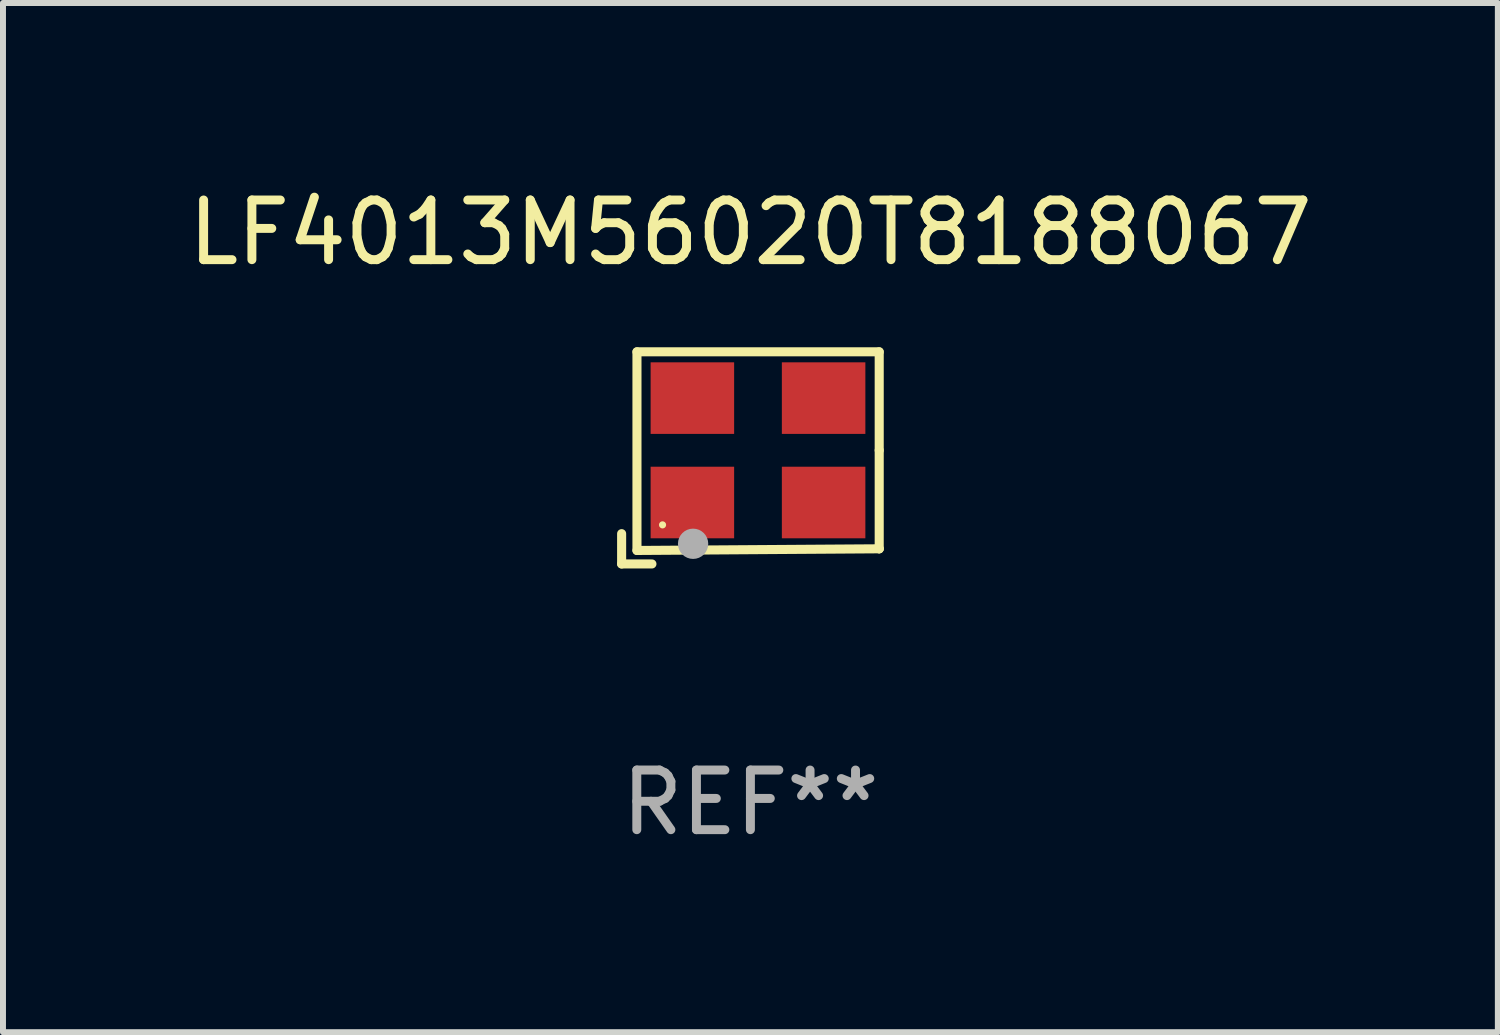
<source format=kicad_pcb>
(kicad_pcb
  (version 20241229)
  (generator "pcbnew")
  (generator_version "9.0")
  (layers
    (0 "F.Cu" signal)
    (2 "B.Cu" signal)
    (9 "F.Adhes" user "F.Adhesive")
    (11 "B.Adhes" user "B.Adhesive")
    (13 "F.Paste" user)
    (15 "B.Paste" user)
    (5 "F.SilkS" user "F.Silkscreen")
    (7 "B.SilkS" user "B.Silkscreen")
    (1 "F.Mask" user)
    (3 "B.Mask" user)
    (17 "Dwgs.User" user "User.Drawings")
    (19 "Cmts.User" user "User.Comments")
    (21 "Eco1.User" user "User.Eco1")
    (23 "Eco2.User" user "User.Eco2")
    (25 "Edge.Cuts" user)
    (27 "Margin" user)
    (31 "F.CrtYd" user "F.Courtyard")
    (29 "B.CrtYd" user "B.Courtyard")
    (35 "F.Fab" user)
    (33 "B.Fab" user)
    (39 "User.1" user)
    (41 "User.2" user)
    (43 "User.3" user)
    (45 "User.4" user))
  (footprint "LF4013M56020T8188067"
    (layer "F.Cu")
    (at 9.53 4.626)
    (property "Reference" "LF4013M56020T8188067" (at 0 -3.778 0) (layer "F.SilkS") (effects (font (size 1 1) (thickness 0.15))))
    (attr through_hole)
    (fp_line (start -2.159 1.27) (end -2.159 1.778) (stroke (width 0.152) (type solid)) (layer "F.SilkS"))
    (fp_line (start -2.159 1.778) (end -1.651 1.778) (stroke (width 0.152) (type solid)) (layer "F.SilkS"))
    (fp_line (start -1.902 -1.778) (end 2.159 -1.778) (stroke (width 0.152) (type solid)) (layer "F.SilkS"))
    (fp_line (start -1.902 1.552) (end -1.902 -1.778) (stroke (width 0.152) (type solid)) (layer "F.SilkS"))
    (fp_line (start 2.159 -1.778) (end 2.159 -0.127) (stroke (width 0.152) (type solid)) (layer "F.SilkS"))
    (fp_line (start 2.159 -0.127) (end 2.159 1.524) (stroke (width 0.152) (type solid)) (layer "F.SilkS"))
    (fp_line (start 2.159 1.524) (end -1.902 1.552) (stroke (width 0.152) (type solid)) (layer "F.SilkS"))
    (fp_line (start 2.159 1.524) (end 2.159 1.524) (stroke (width 0.152) (type solid)) (layer "F.SilkS"))
    (fp_circle (center -1.473 1.123) (end -1.443 1.123) (stroke (width 0.06) (type solid)) (fill no) (layer "F.SilkS"))
    (fp_circle (center -0.961 1.44) (end -0.834 1.44) (stroke (width 0.254) (type solid)) (fill no) (layer "F.Fab"))
    (fp_text user "REF**" (at 0 5.778 0) (layer "F.Fab") (effects (font (size 1 1) (thickness 0.15))))
    (pad "1" smd rect (at -0.973 0.748) (size 1.4 1.2) (layers "F.Cu" "F.Mask" "F.Paste"))
    (pad "2" smd rect (at 1.227 0.748) (size 1.4 1.2) (layers "F.Cu" "F.Mask" "F.Paste"))
    (pad "3" smd rect (at 1.227 -1.002) (size 1.4 1.2) (layers "F.Cu" "F.Mask" "F.Paste"))
    (pad "4" smd rect (at -0.973 -1.002) (size 1.4 1.2) (layers "F.Cu" "F.Mask" "F.Paste")))
  (gr_rect
    (start -3 -3)
    (end 22.06 14.253)
    (stroke (width 0.1) (type default))
    (fill no)
    (layer "Edge.Cuts")))
</source>
